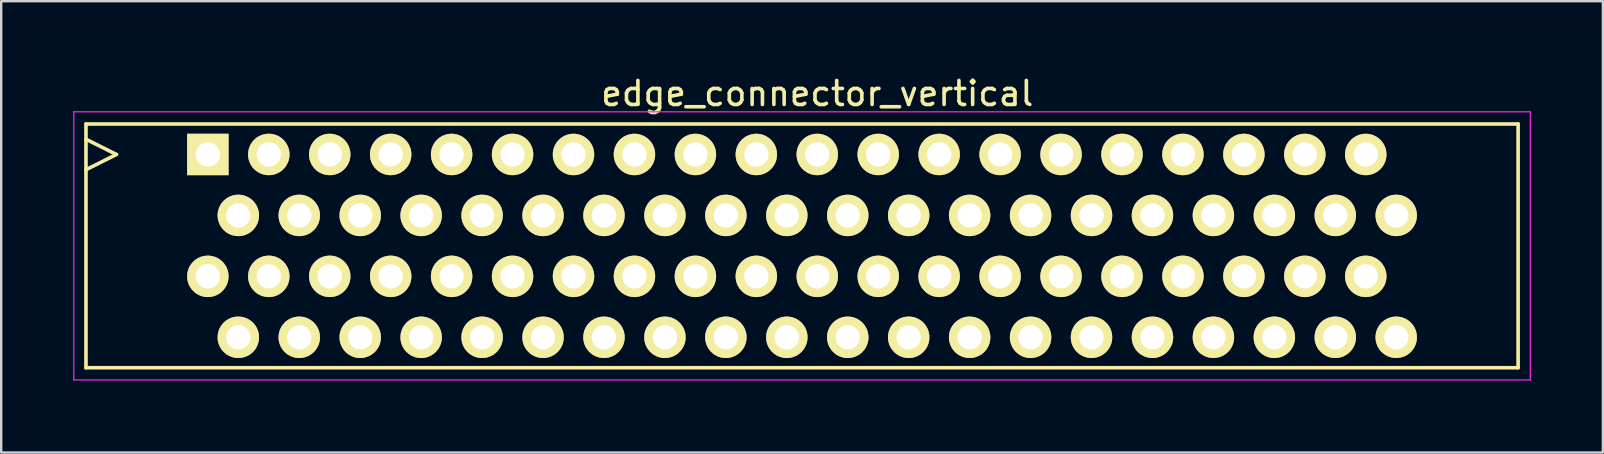
<source format=kicad_pcb>
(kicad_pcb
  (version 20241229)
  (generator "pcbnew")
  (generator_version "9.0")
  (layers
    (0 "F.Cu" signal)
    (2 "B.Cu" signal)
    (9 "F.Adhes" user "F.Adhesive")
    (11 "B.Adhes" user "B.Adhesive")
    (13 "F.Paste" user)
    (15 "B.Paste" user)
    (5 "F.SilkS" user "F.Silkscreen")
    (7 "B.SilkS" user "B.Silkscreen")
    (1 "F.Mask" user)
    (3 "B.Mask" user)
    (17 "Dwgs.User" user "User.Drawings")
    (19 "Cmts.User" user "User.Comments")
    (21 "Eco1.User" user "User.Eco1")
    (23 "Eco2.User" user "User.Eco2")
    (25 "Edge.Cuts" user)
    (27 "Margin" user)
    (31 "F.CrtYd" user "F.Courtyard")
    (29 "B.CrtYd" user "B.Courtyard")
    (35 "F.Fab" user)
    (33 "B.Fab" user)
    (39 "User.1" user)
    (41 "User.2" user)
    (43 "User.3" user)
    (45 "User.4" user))
  (footprint "edge_connector_vertical"
    (layer "F.Cu")
    (at 5.613 3.388)
    (property "Reference" "edge_connector_vertical" (at 25.4 -2.54 0) (layer "F.SilkS") (effects (font (size 1 1) (thickness 0.15))))
    (attr through_hole)
    (fp_line (start -5.08 -1.27) (end 54.61 -1.27) (stroke (width 0.15) (type solid)) (layer "F.SilkS"))
    (fp_line (start -5.08 -0.635) (end -3.81 0) (stroke (width 0.15) (type solid)) (layer "F.SilkS"))
    (fp_line (start -5.08 8.89) (end -5.08 -1.27) (stroke (width 0.15) (type solid)) (layer "F.SilkS"))
    (fp_line (start -3.81 0) (end -5.08 0.635) (stroke (width 0.15) (type solid)) (layer "F.SilkS"))
    (fp_line (start 13.68 2.73) (end 13.68 3.28) (stroke (width 0.15) (type solid)) (layer "F.SilkS"))
    (fp_line (start 29.21 1.8) (end 28.65 2.35) (stroke (width 0.15) (type solid)) (layer "F.SilkS"))
    (fp_line (start 54.61 -1.27) (end 54.61 8.89) (stroke (width 0.15) (type solid)) (layer "F.SilkS"))
    (fp_line (start 54.61 8.89) (end -5.08 8.89) (stroke (width 0.15) (type solid)) (layer "F.SilkS"))
    (fp_line (start -5.588 -1.778) (end -5.588 9.398) (stroke (width 0.05) (type solid)) (layer "F.CrtYd"))
    (fp_line (start -5.588 9.398) (end 55.118 9.398) (stroke (width 0.05) (type solid)) (layer "F.CrtYd"))
    (fp_line (start 55.118 -1.778) (end -5.588 -1.778) (stroke (width 0.05) (type solid)) (layer "F.CrtYd"))
    (fp_line (start 55.118 9.398) (end 55.118 -1.778) (stroke (width 0.05) (type solid)) (layer "F.CrtYd"))
    (pad "1" thru_hole rect (at 0 0) (size 1.727 1.727) (drill 1.016) (layers "*.Cu" "*.Mask" "F.SilkS"))
    (pad "2" thru_hole oval (at 0 5.08) (size 1.727 1.727) (drill 1.016) (layers "*.Cu" "*.Mask" "F.SilkS"))
    (pad "3" thru_hole oval (at 1.27 2.54) (size 1.727 1.727) (drill 1.016) (layers "*.Cu" "*.Mask" "F.SilkS"))
    (pad "4" thru_hole oval (at 1.27 7.62) (size 1.727 1.727) (drill 1.016) (layers "*.Cu" "*.Mask" "F.SilkS"))
    (pad "5" thru_hole oval (at 2.54 0) (size 1.727 1.727) (drill 1.016) (layers "*.Cu" "*.Mask" "F.SilkS"))
    (pad "6" thru_hole oval (at 2.54 5.08) (size 1.727 1.727) (drill 1.016) (layers "*.Cu" "*.Mask" "F.SilkS"))
    (pad "7" thru_hole oval (at 3.81 2.54) (size 1.727 1.727) (drill 1.016) (layers "*.Cu" "*.Mask" "F.SilkS"))
    (pad "8" thru_hole oval (at 3.81 7.62) (size 1.727 1.727) (drill 1.016) (layers "*.Cu" "*.Mask" "F.SilkS"))
    (pad "9" thru_hole oval (at 5.08 0) (size 1.727 1.727) (drill 1.016) (layers "*.Cu" "*.Mask" "F.SilkS"))
    (pad "10" thru_hole oval (at 5.08 5.08) (size 1.727 1.727) (drill 1.016) (layers "*.Cu" "*.Mask" "F.SilkS"))
    (pad "11" thru_hole oval (at 6.35 2.54) (size 1.727 1.727) (drill 1.016) (layers "*.Cu" "*.Mask" "F.SilkS"))
    (pad "12" thru_hole oval (at 6.35 7.62) (size 1.727 1.727) (drill 1.016) (layers "*.Cu" "*.Mask" "F.SilkS"))
    (pad "13" thru_hole oval (at 7.62 0) (size 1.727 1.727) (drill 1.016) (layers "*.Cu" "*.Mask" "F.SilkS"))
    (pad "14" thru_hole oval (at 7.62 5.08) (size 1.727 1.727) (drill 1.016) (layers "*.Cu" "*.Mask" "F.SilkS"))
    (pad "15" thru_hole oval (at 8.89 2.54) (size 1.727 1.727) (drill 1.016) (layers "*.Cu" "*.Mask" "F.SilkS"))
    (pad "16" thru_hole oval (at 8.89 7.62) (size 1.727 1.727) (drill 1.016) (layers "*.Cu" "*.Mask" "F.SilkS"))
    (pad "17" thru_hole oval (at 10.16 0) (size 1.727 1.727) (drill 1.016) (layers "*.Cu" "*.Mask" "F.SilkS"))
    (pad "18" thru_hole oval (at 10.16 5.08) (size 1.727 1.727) (drill 1.016) (layers "*.Cu" "*.Mask" "F.SilkS"))
    (pad "19" thru_hole oval (at 11.43 2.54) (size 1.727 1.727) (drill 1.016) (layers "*.Cu" "*.Mask" "F.SilkS"))
    (pad "20" thru_hole oval (at 11.43 7.62) (size 1.727 1.727) (drill 1.016) (layers "*.Cu" "*.Mask" "F.SilkS"))
    (pad "21" thru_hole oval (at 12.7 0) (size 1.727 1.727) (drill 1.016) (layers "*.Cu" "*.Mask" "F.SilkS"))
    (pad "22" thru_hole oval (at 12.7 5.08) (size 1.727 1.727) (drill 1.016) (layers "*.Cu" "*.Mask" "F.SilkS"))
    (pad "23" thru_hole oval (at 13.97 2.54) (size 1.727 1.727) (drill 1.016) (layers "*.Cu" "*.Mask" "F.SilkS"))
    (pad "24" thru_hole oval (at 13.97 7.62) (size 1.727 1.727) (drill 1.016) (layers "*.Cu" "*.Mask" "F.SilkS"))
    (pad "25" thru_hole oval (at 15.24 0) (size 1.727 1.727) (drill 1.016) (layers "*.Cu" "*.Mask" "F.SilkS"))
    (pad "26" thru_hole oval (at 15.24 5.08) (size 1.727 1.727) (drill 1.016) (layers "*.Cu" "*.Mask" "F.SilkS"))
    (pad "27" thru_hole oval (at 16.51 2.54) (size 1.727 1.727) (drill 1.016) (layers "*.Cu" "*.Mask" "F.SilkS"))
    (pad "28" thru_hole oval (at 16.51 7.62) (size 1.727 1.727) (drill 1.016) (layers "*.Cu" "*.Mask" "F.SilkS"))
    (pad "29" thru_hole oval (at 17.78 0) (size 1.727 1.727) (drill 1.016) (layers "*.Cu" "*.Mask" "F.SilkS"))
    (pad "30" thru_hole oval (at 17.78 5.08) (size 1.727 1.727) (drill 1.016) (layers "*.Cu" "*.Mask" "F.SilkS"))
    (pad "31" thru_hole oval (at 19.05 2.54) (size 1.727 1.727) (drill 1.016) (layers "*.Cu" "*.Mask" "F.SilkS"))
    (pad "32" thru_hole oval (at 19.05 7.62) (size 1.727 1.727) (drill 1.016) (layers "*.Cu" "*.Mask" "F.SilkS"))
    (pad "33" thru_hole oval (at 20.32 0) (size 1.727 1.727) (drill 1.016) (layers "*.Cu" "*.Mask" "F.SilkS"))
    (pad "34" thru_hole oval (at 20.32 5.08) (size 1.727 1.727) (drill 1.016) (layers "*.Cu" "*.Mask" "F.SilkS"))
    (pad "35" thru_hole oval (at 21.59 2.54) (size 1.727 1.727) (drill 1.016) (layers "*.Cu" "*.Mask" "F.SilkS"))
    (pad "36" thru_hole oval (at 21.59 7.62) (size 1.727 1.727) (drill 1.016) (layers "*.Cu" "*.Mask" "F.SilkS"))
    (pad "37" thru_hole oval (at 22.86 0) (size 1.727 1.727) (drill 1.016) (layers "*.Cu" "*.Mask" "F.SilkS"))
    (pad "38" thru_hole oval (at 22.86 5.08) (size 1.727 1.727) (drill 1.016) (layers "*.Cu" "*.Mask" "F.SilkS"))
    (pad "39" thru_hole oval (at 24.13 2.54) (size 1.727 1.727) (drill 1.016) (layers "*.Cu" "*.Mask" "F.SilkS"))
    (pad "40" thru_hole oval (at 24.13 7.62) (size 1.727 1.727) (drill 1.016) (layers "*.Cu" "*.Mask" "F.SilkS"))
    (pad "41" thru_hole oval (at 25.4 0) (size 1.727 1.727) (drill 1.016) (layers "*.Cu" "*.Mask" "F.SilkS"))
    (pad "42" thru_hole oval (at 25.4 5.08) (size 1.727 1.727) (drill 1.016) (layers "*.Cu" "*.Mask" "F.SilkS"))
    (pad "43" thru_hole oval (at 26.67 2.54) (size 1.727 1.727) (drill 1.016) (layers "*.Cu" "*.Mask" "F.SilkS"))
    (pad "44" thru_hole oval (at 26.67 7.62) (size 1.727 1.727) (drill 1.016) (layers "*.Cu" "*.Mask" "F.SilkS"))
    (pad "45" thru_hole oval (at 27.94 0) (size 1.727 1.727) (drill 1.016) (layers "*.Cu" "*.Mask" "F.SilkS"))
    (pad "46" thru_hole oval (at 27.94 5.08) (size 1.727 1.727) (drill 1.016) (layers "*.Cu" "*.Mask" "F.SilkS"))
    (pad "47" thru_hole oval (at 29.21 2.54) (size 1.727 1.727) (drill 1.016) (layers "*.Cu" "*.Mask" "F.SilkS"))
    (pad "48" thru_hole oval (at 29.21 7.62) (size 1.727 1.727) (drill 1.016) (layers "*.Cu" "*.Mask" "F.SilkS"))
    (pad "49" thru_hole oval (at 30.48 0) (size 1.727 1.727) (drill 1.016) (layers "*.Cu" "*.Mask" "F.SilkS"))
    (pad "50" thru_hole oval (at 30.48 5.08) (size 1.727 1.727) (drill 1.016) (layers "*.Cu" "*.Mask" "F.SilkS"))
    (pad "51" thru_hole oval (at 31.75 2.54) (size 1.727 1.727) (drill 1.016) (layers "*.Cu" "*.Mask" "F.SilkS"))
    (pad "52" thru_hole oval (at 31.75 7.62) (size 1.727 1.727) (drill 1.016) (layers "*.Cu" "*.Mask" "F.SilkS"))
    (pad "53" thru_hole oval (at 33.02 0) (size 1.727 1.727) (drill 1.016) (layers "*.Cu" "*.Mask" "F.SilkS"))
    (pad "54" thru_hole oval (at 33.02 5.08) (size 1.727 1.727) (drill 1.016) (layers "*.Cu" "*.Mask" "F.SilkS"))
    (pad "55" thru_hole oval (at 34.29 2.54) (size 1.727 1.727) (drill 1.016) (layers "*.Cu" "*.Mask" "F.SilkS"))
    (pad "56" thru_hole oval (at 34.29 7.62) (size 1.727 1.727) (drill 1.016) (layers "*.Cu" "*.Mask" "F.SilkS"))
    (pad "57" thru_hole oval (at 35.56 0) (size 1.727 1.727) (drill 1.016) (layers "*.Cu" "*.Mask" "F.SilkS"))
    (pad "58" thru_hole oval (at 35.56 5.08) (size 1.727 1.727) (drill 1.016) (layers "*.Cu" "*.Mask" "F.SilkS"))
    (pad "59" thru_hole oval (at 36.83 2.54) (size 1.727 1.727) (drill 1.016) (layers "*.Cu" "*.Mask" "F.SilkS"))
    (pad "60" thru_hole oval (at 36.83 7.62) (size 1.727 1.727) (drill 1.016) (layers "*.Cu" "*.Mask" "F.SilkS"))
    (pad "61" thru_hole oval (at 38.1 0) (size 1.727 1.727) (drill 1.016) (layers "*.Cu" "*.Mask" "F.SilkS"))
    (pad "62" thru_hole oval (at 38.1 5.08) (size 1.727 1.727) (drill 1.016) (layers "*.Cu" "*.Mask" "F.SilkS"))
    (pad "63" thru_hole oval (at 39.37 2.54) (size 1.727 1.727) (drill 1.016) (layers "*.Cu" "*.Mask" "F.SilkS"))
    (pad "64" thru_hole oval (at 39.37 7.62) (size 1.727 1.727) (drill 1.016) (layers "*.Cu" "*.Mask" "F.SilkS"))
    (pad "65" thru_hole oval (at 40.64 0) (size 1.727 1.727) (drill 1.016) (layers "*.Cu" "*.Mask" "F.SilkS"))
    (pad "66" thru_hole oval (at 40.64 5.08) (size 1.727 1.727) (drill 1.016) (layers "*.Cu" "*.Mask" "F.SilkS"))
    (pad "67" thru_hole oval (at 41.91 2.54) (size 1.727 1.727) (drill 1.016) (layers "*.Cu" "*.Mask" "F.SilkS"))
    (pad "68" thru_hole oval (at 41.91 7.62) (size 1.727 1.727) (drill 1.016) (layers "*.Cu" "*.Mask" "F.SilkS"))
    (pad "69" thru_hole oval (at 43.18 0) (size 1.727 1.727) (drill 1.016) (layers "*.Cu" "*.Mask" "F.SilkS"))
    (pad "70" thru_hole oval (at 43.18 5.08) (size 1.727 1.727) (drill 1.016) (layers "*.Cu" "*.Mask" "F.SilkS"))
    (pad "71" thru_hole oval (at 44.45 2.54) (size 1.727 1.727) (drill 1.016) (layers "*.Cu" "*.Mask" "F.SilkS"))
    (pad "72" thru_hole oval (at 44.45 7.62) (size 1.727 1.727) (drill 1.016) (layers "*.Cu" "*.Mask" "F.SilkS"))
    (pad "73" thru_hole oval (at 45.72 0) (size 1.727 1.727) (drill 1.016) (layers "*.Cu" "*.Mask" "F.SilkS"))
    (pad "74" thru_hole oval (at 45.72 5.08) (size 1.727 1.727) (drill 1.016) (layers "*.Cu" "*.Mask" "F.SilkS"))
    (pad "75" thru_hole oval (at 46.99 2.54) (size 1.727 1.727) (drill 1.016) (layers "*.Cu" "*.Mask" "F.SilkS"))
    (pad "76" thru_hole oval (at 46.99 7.62) (size 1.727 1.727) (drill 1.016) (layers "*.Cu" "*.Mask" "F.SilkS"))
    (pad "77" thru_hole oval (at 48.26 0) (size 1.727 1.727) (drill 1.016) (layers "*.Cu" "*.Mask" "F.SilkS"))
    (pad "78" thru_hole oval (at 48.26 5.08) (size 1.727 1.727) (drill 1.016) (layers "*.Cu" "*.Mask" "F.SilkS"))
    (pad "79" thru_hole oval (at 49.53 2.54) (size 1.727 1.727) (drill 1.016) (layers "*.Cu" "*.Mask" "F.SilkS"))
    (pad "80" thru_hole oval (at 49.53 7.62) (size 1.727 1.727) (drill 1.016) (layers "*.Cu" "*.Mask" "F.SilkS")))
  (gr_rect
    (start -3 -3)
    (end 63.756 15.811)
    (stroke (width 0.1) (type default))
    (fill no)
    (layer "Edge.Cuts")))
</source>
